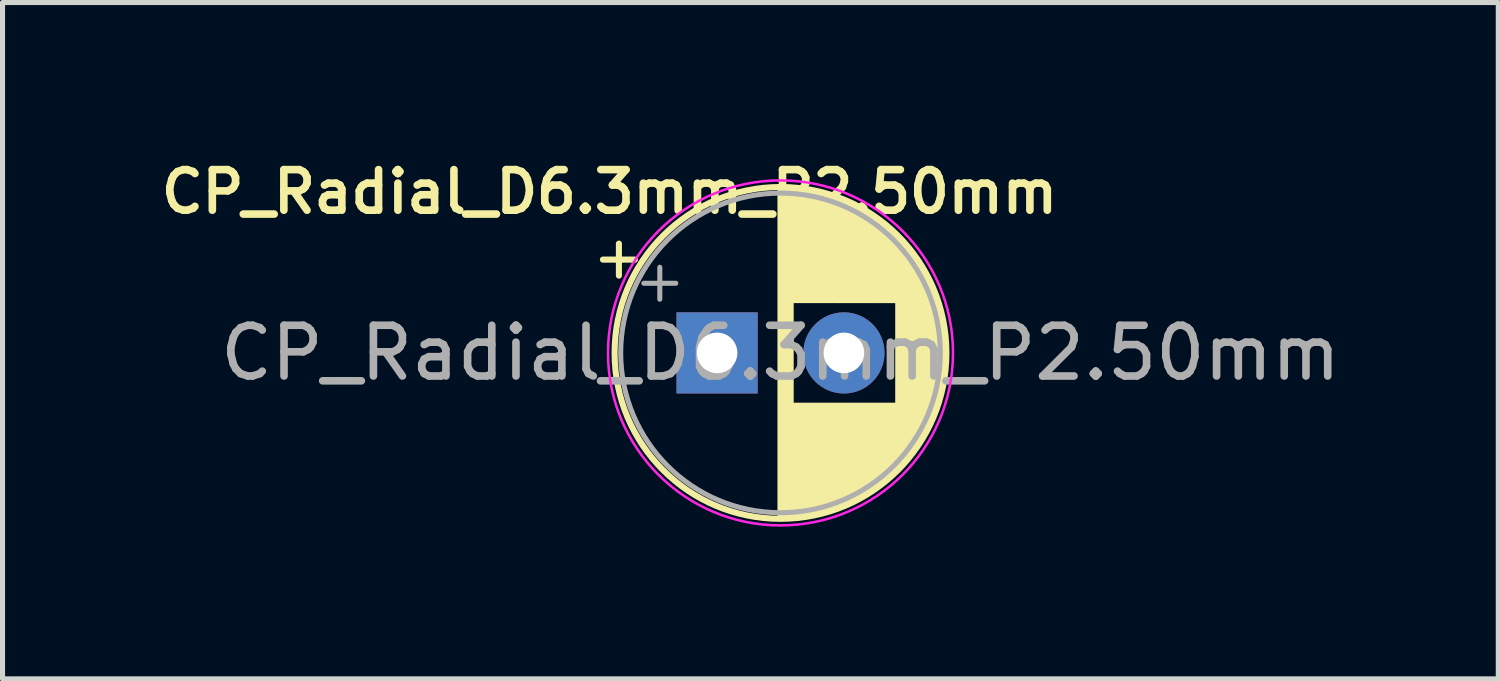
<source format=kicad_pcb>
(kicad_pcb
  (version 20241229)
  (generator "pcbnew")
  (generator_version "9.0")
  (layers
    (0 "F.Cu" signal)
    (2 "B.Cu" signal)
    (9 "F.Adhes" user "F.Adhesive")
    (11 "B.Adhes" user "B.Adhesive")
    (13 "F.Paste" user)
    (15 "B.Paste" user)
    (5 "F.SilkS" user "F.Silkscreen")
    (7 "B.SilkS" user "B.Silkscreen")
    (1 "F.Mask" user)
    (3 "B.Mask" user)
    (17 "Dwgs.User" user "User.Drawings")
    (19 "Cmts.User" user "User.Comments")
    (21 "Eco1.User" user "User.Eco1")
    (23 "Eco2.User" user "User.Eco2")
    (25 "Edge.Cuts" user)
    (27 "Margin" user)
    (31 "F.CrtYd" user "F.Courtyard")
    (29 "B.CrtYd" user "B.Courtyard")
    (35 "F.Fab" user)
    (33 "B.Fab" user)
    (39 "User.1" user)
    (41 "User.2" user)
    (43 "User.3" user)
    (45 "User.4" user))
  (footprint "CP_Radial_D6.3mm_P2.50mm"
    (layer "F.Cu")
    (at 11.084 3.906)
    (property "Reference" "CP_Radial_D6.3mm_P2.50mm" (at -2.12 -3.175 0) (layer "F.SilkS") (effects (font (size 0.8 0.8) (thickness 0.15))))
    (attr through_hole)
    (fp_line (start -2.25 -1.839) (end -1.62 -1.839) (stroke (width 0.12) (type solid)) (layer "F.SilkS"))
    (fp_line (start -1.935 -2.154) (end -1.935 -1.524) (stroke (width 0.12) (type solid)) (layer "F.SilkS"))
    (fp_line (start 1.25 -3.23) (end 1.25 3.23) (stroke (width 0.12) (type solid)) (layer "F.SilkS"))
    (fp_line (start 1.29 -3.23) (end 1.29 3.23) (stroke (width 0.12) (type solid)) (layer "F.SilkS"))
    (fp_line (start 1.33 -3.23) (end 1.33 3.23) (stroke (width 0.12) (type solid)) (layer "F.SilkS"))
    (fp_line (start 1.37 -3.228) (end 1.37 3.228) (stroke (width 0.12) (type solid)) (layer "F.SilkS"))
    (fp_line (start 1.41 -3.227) (end 1.41 3.227) (stroke (width 0.12) (type solid)) (layer "F.SilkS"))
    (fp_line (start 1.45 -3.224) (end 1.45 3.224) (stroke (width 0.12) (type solid)) (layer "F.SilkS"))
    (fp_line (start 1.49 -3.222) (end 1.49 -1.04) (stroke (width 0.12) (type solid)) (layer "F.SilkS"))
    (fp_line (start 1.49 1.04) (end 1.49 3.222) (stroke (width 0.12) (type solid)) (layer "F.SilkS"))
    (fp_line (start 1.53 -3.218) (end 1.53 -1.04) (stroke (width 0.12) (type solid)) (layer "F.SilkS"))
    (fp_line (start 1.53 1.04) (end 1.53 3.218) (stroke (width 0.12) (type solid)) (layer "F.SilkS"))
    (fp_line (start 1.57 -3.215) (end 1.57 -1.04) (stroke (width 0.12) (type solid)) (layer "F.SilkS"))
    (fp_line (start 1.57 1.04) (end 1.57 3.215) (stroke (width 0.12) (type solid)) (layer "F.SilkS"))
    (fp_line (start 1.61 -3.211) (end 1.61 -1.04) (stroke (width 0.12) (type solid)) (layer "F.SilkS"))
    (fp_line (start 1.61 1.04) (end 1.61 3.211) (stroke (width 0.12) (type solid)) (layer "F.SilkS"))
    (fp_line (start 1.65 -3.206) (end 1.65 -1.04) (stroke (width 0.12) (type solid)) (layer "F.SilkS"))
    (fp_line (start 1.65 1.04) (end 1.65 3.206) (stroke (width 0.12) (type solid)) (layer "F.SilkS"))
    (fp_line (start 1.69 -3.201) (end 1.69 -1.04) (stroke (width 0.12) (type solid)) (layer "F.SilkS"))
    (fp_line (start 1.69 1.04) (end 1.69 3.201) (stroke (width 0.12) (type solid)) (layer "F.SilkS"))
    (fp_line (start 1.73 -3.195) (end 1.73 -1.04) (stroke (width 0.12) (type solid)) (layer "F.SilkS"))
    (fp_line (start 1.73 1.04) (end 1.73 3.195) (stroke (width 0.12) (type solid)) (layer "F.SilkS"))
    (fp_line (start 1.77 -3.189) (end 1.77 -1.04) (stroke (width 0.12) (type solid)) (layer "F.SilkS"))
    (fp_line (start 1.77 1.04) (end 1.77 3.189) (stroke (width 0.12) (type solid)) (layer "F.SilkS"))
    (fp_line (start 1.81 -3.182) (end 1.81 -1.04) (stroke (width 0.12) (type solid)) (layer "F.SilkS"))
    (fp_line (start 1.81 1.04) (end 1.81 3.182) (stroke (width 0.12) (type solid)) (layer "F.SilkS"))
    (fp_line (start 1.85 -3.175) (end 1.85 -1.04) (stroke (width 0.12) (type solid)) (layer "F.SilkS"))
    (fp_line (start 1.85 1.04) (end 1.85 3.175) (stroke (width 0.12) (type solid)) (layer "F.SilkS"))
    (fp_line (start 1.89 -3.167) (end 1.89 -1.04) (stroke (width 0.12) (type solid)) (layer "F.SilkS"))
    (fp_line (start 1.89 1.04) (end 1.89 3.167) (stroke (width 0.12) (type solid)) (layer "F.SilkS"))
    (fp_line (start 1.93 -3.159) (end 1.93 -1.04) (stroke (width 0.12) (type solid)) (layer "F.SilkS"))
    (fp_line (start 1.93 1.04) (end 1.93 3.159) (stroke (width 0.12) (type solid)) (layer "F.SilkS"))
    (fp_line (start 1.971 -3.15) (end 1.971 -1.04) (stroke (width 0.12) (type solid)) (layer "F.SilkS"))
    (fp_line (start 1.971 1.04) (end 1.971 3.15) (stroke (width 0.12) (type solid)) (layer "F.SilkS"))
    (fp_line (start 2.011 -3.141) (end 2.011 -1.04) (stroke (width 0.12) (type solid)) (layer "F.SilkS"))
    (fp_line (start 2.011 1.04) (end 2.011 3.141) (stroke (width 0.12) (type solid)) (layer "F.SilkS"))
    (fp_line (start 2.051 -3.131) (end 2.051 -1.04) (stroke (width 0.12) (type solid)) (layer "F.SilkS"))
    (fp_line (start 2.051 1.04) (end 2.051 3.131) (stroke (width 0.12) (type solid)) (layer "F.SilkS"))
    (fp_line (start 2.091 -3.121) (end 2.091 -1.04) (stroke (width 0.12) (type solid)) (layer "F.SilkS"))
    (fp_line (start 2.091 1.04) (end 2.091 3.121) (stroke (width 0.12) (type solid)) (layer "F.SilkS"))
    (fp_line (start 2.131 -3.11) (end 2.131 -1.04) (stroke (width 0.12) (type solid)) (layer "F.SilkS"))
    (fp_line (start 2.131 1.04) (end 2.131 3.11) (stroke (width 0.12) (type solid)) (layer "F.SilkS"))
    (fp_line (start 2.171 -3.098) (end 2.171 -1.04) (stroke (width 0.12) (type solid)) (layer "F.SilkS"))
    (fp_line (start 2.171 1.04) (end 2.171 3.098) (stroke (width 0.12) (type solid)) (layer "F.SilkS"))
    (fp_line (start 2.211 -3.086) (end 2.211 -1.04) (stroke (width 0.12) (type solid)) (layer "F.SilkS"))
    (fp_line (start 2.211 1.04) (end 2.211 3.086) (stroke (width 0.12) (type solid)) (layer "F.SilkS"))
    (fp_line (start 2.251 -3.074) (end 2.251 -1.04) (stroke (width 0.12) (type solid)) (layer "F.SilkS"))
    (fp_line (start 2.251 1.04) (end 2.251 3.074) (stroke (width 0.12) (type solid)) (layer "F.SilkS"))
    (fp_line (start 2.291 -3.061) (end 2.291 -1.04) (stroke (width 0.12) (type solid)) (layer "F.SilkS"))
    (fp_line (start 2.291 1.04) (end 2.291 3.061) (stroke (width 0.12) (type solid)) (layer "F.SilkS"))
    (fp_line (start 2.331 -3.047) (end 2.331 -1.04) (stroke (width 0.12) (type solid)) (layer "F.SilkS"))
    (fp_line (start 2.331 1.04) (end 2.331 3.047) (stroke (width 0.12) (type solid)) (layer "F.SilkS"))
    (fp_line (start 2.371 -3.033) (end 2.371 -1.04) (stroke (width 0.12) (type solid)) (layer "F.SilkS"))
    (fp_line (start 2.371 1.04) (end 2.371 3.033) (stroke (width 0.12) (type solid)) (layer "F.SilkS"))
    (fp_line (start 2.411 -3.018) (end 2.411 -1.04) (stroke (width 0.12) (type solid)) (layer "F.SilkS"))
    (fp_line (start 2.411 1.04) (end 2.411 3.018) (stroke (width 0.12) (type solid)) (layer "F.SilkS"))
    (fp_line (start 2.451 -3.002) (end 2.451 -1.04) (stroke (width 0.12) (type solid)) (layer "F.SilkS"))
    (fp_line (start 2.451 1.04) (end 2.451 3.002) (stroke (width 0.12) (type solid)) (layer "F.SilkS"))
    (fp_line (start 2.491 -2.986) (end 2.491 -1.04) (stroke (width 0.12) (type solid)) (layer "F.SilkS"))
    (fp_line (start 2.491 1.04) (end 2.491 2.986) (stroke (width 0.12) (type solid)) (layer "F.SilkS"))
    (fp_line (start 2.531 -2.97) (end 2.531 -1.04) (stroke (width 0.12) (type solid)) (layer "F.SilkS"))
    (fp_line (start 2.531 1.04) (end 2.531 2.97) (stroke (width 0.12) (type solid)) (layer "F.SilkS"))
    (fp_line (start 2.571 -2.952) (end 2.571 -1.04) (stroke (width 0.12) (type solid)) (layer "F.SilkS"))
    (fp_line (start 2.571 1.04) (end 2.571 2.952) (stroke (width 0.12) (type solid)) (layer "F.SilkS"))
    (fp_line (start 2.611 -2.934) (end 2.611 -1.04) (stroke (width 0.12) (type solid)) (layer "F.SilkS"))
    (fp_line (start 2.611 1.04) (end 2.611 2.934) (stroke (width 0.12) (type solid)) (layer "F.SilkS"))
    (fp_line (start 2.651 -2.916) (end 2.651 -1.04) (stroke (width 0.12) (type solid)) (layer "F.SilkS"))
    (fp_line (start 2.651 1.04) (end 2.651 2.916) (stroke (width 0.12) (type solid)) (layer "F.SilkS"))
    (fp_line (start 2.691 -2.896) (end 2.691 -1.04) (stroke (width 0.12) (type solid)) (layer "F.SilkS"))
    (fp_line (start 2.691 1.04) (end 2.691 2.896) (stroke (width 0.12) (type solid)) (layer "F.SilkS"))
    (fp_line (start 2.731 -2.876) (end 2.731 -1.04) (stroke (width 0.12) (type solid)) (layer "F.SilkS"))
    (fp_line (start 2.731 1.04) (end 2.731 2.876) (stroke (width 0.12) (type solid)) (layer "F.SilkS"))
    (fp_line (start 2.771 -2.856) (end 2.771 -1.04) (stroke (width 0.12) (type solid)) (layer "F.SilkS"))
    (fp_line (start 2.771 1.04) (end 2.771 2.856) (stroke (width 0.12) (type solid)) (layer "F.SilkS"))
    (fp_line (start 2.811 -2.834) (end 2.811 -1.04) (stroke (width 0.12) (type solid)) (layer "F.SilkS"))
    (fp_line (start 2.811 1.04) (end 2.811 2.834) (stroke (width 0.12) (type solid)) (layer "F.SilkS"))
    (fp_line (start 2.851 -2.812) (end 2.851 -1.04) (stroke (width 0.12) (type solid)) (layer "F.SilkS"))
    (fp_line (start 2.851 1.04) (end 2.851 2.812) (stroke (width 0.12) (type solid)) (layer "F.SilkS"))
    (fp_line (start 2.891 -2.79) (end 2.891 -1.04) (stroke (width 0.12) (type solid)) (layer "F.SilkS"))
    (fp_line (start 2.891 1.04) (end 2.891 2.79) (stroke (width 0.12) (type solid)) (layer "F.SilkS"))
    (fp_line (start 2.931 -2.766) (end 2.931 -1.04) (stroke (width 0.12) (type solid)) (layer "F.SilkS"))
    (fp_line (start 2.931 1.04) (end 2.931 2.766) (stroke (width 0.12) (type solid)) (layer "F.SilkS"))
    (fp_line (start 2.971 -2.742) (end 2.971 -1.04) (stroke (width 0.12) (type solid)) (layer "F.SilkS"))
    (fp_line (start 2.971 1.04) (end 2.971 2.742) (stroke (width 0.12) (type solid)) (layer "F.SilkS"))
    (fp_line (start 3.011 -2.716) (end 3.011 -1.04) (stroke (width 0.12) (type solid)) (layer "F.SilkS"))
    (fp_line (start 3.011 1.04) (end 3.011 2.716) (stroke (width 0.12) (type solid)) (layer "F.SilkS"))
    (fp_line (start 3.051 -2.69) (end 3.051 -1.04) (stroke (width 0.12) (type solid)) (layer "F.SilkS"))
    (fp_line (start 3.051 1.04) (end 3.051 2.69) (stroke (width 0.12) (type solid)) (layer "F.SilkS"))
    (fp_line (start 3.091 -2.664) (end 3.091 -1.04) (stroke (width 0.12) (type solid)) (layer "F.SilkS"))
    (fp_line (start 3.091 1.04) (end 3.091 2.664) (stroke (width 0.12) (type solid)) (layer "F.SilkS"))
    (fp_line (start 3.131 -2.636) (end 3.131 -1.04) (stroke (width 0.12) (type solid)) (layer "F.SilkS"))
    (fp_line (start 3.131 1.04) (end 3.131 2.636) (stroke (width 0.12) (type solid)) (layer "F.SilkS"))
    (fp_line (start 3.171 -2.607) (end 3.171 -1.04) (stroke (width 0.12) (type solid)) (layer "F.SilkS"))
    (fp_line (start 3.171 1.04) (end 3.171 2.607) (stroke (width 0.12) (type solid)) (layer "F.SilkS"))
    (fp_line (start 3.211 -2.578) (end 3.211 -1.04) (stroke (width 0.12) (type solid)) (layer "F.SilkS"))
    (fp_line (start 3.211 1.04) (end 3.211 2.578) (stroke (width 0.12) (type solid)) (layer "F.SilkS"))
    (fp_line (start 3.251 -2.548) (end 3.251 -1.04) (stroke (width 0.12) (type solid)) (layer "F.SilkS"))
    (fp_line (start 3.251 1.04) (end 3.251 2.548) (stroke (width 0.12) (type solid)) (layer "F.SilkS"))
    (fp_line (start 3.291 -2.516) (end 3.291 -1.04) (stroke (width 0.12) (type solid)) (layer "F.SilkS"))
    (fp_line (start 3.291 1.04) (end 3.291 2.516) (stroke (width 0.12) (type solid)) (layer "F.SilkS"))
    (fp_line (start 3.331 -2.484) (end 3.331 -1.04) (stroke (width 0.12) (type solid)) (layer "F.SilkS"))
    (fp_line (start 3.331 1.04) (end 3.331 2.484) (stroke (width 0.12) (type solid)) (layer "F.SilkS"))
    (fp_line (start 3.371 -2.45) (end 3.371 -1.04) (stroke (width 0.12) (type solid)) (layer "F.SilkS"))
    (fp_line (start 3.371 1.04) (end 3.371 2.45) (stroke (width 0.12) (type solid)) (layer "F.SilkS"))
    (fp_line (start 3.411 -2.416) (end 3.411 -1.04) (stroke (width 0.12) (type solid)) (layer "F.SilkS"))
    (fp_line (start 3.411 1.04) (end 3.411 2.416) (stroke (width 0.12) (type solid)) (layer "F.SilkS"))
    (fp_line (start 3.451 -2.38) (end 3.451 -1.04) (stroke (width 0.12) (type solid)) (layer "F.SilkS"))
    (fp_line (start 3.451 1.04) (end 3.451 2.38) (stroke (width 0.12) (type solid)) (layer "F.SilkS"))
    (fp_line (start 3.491 -2.343) (end 3.491 -1.04) (stroke (width 0.12) (type solid)) (layer "F.SilkS"))
    (fp_line (start 3.491 1.04) (end 3.491 2.343) (stroke (width 0.12) (type solid)) (layer "F.SilkS"))
    (fp_line (start 3.531 -2.305) (end 3.531 -1.04) (stroke (width 0.12) (type solid)) (layer "F.SilkS"))
    (fp_line (start 3.531 1.04) (end 3.531 2.305) (stroke (width 0.12) (type solid)) (layer "F.SilkS"))
    (fp_line (start 3.571 -2.265) (end 3.571 2.265) (stroke (width 0.12) (type solid)) (layer "F.SilkS"))
    (fp_line (start 3.611 -2.224) (end 3.611 2.224) (stroke (width 0.12) (type solid)) (layer "F.SilkS"))
    (fp_line (start 3.651 -2.182) (end 3.651 2.182) (stroke (width 0.12) (type solid)) (layer "F.SilkS"))
    (fp_line (start 3.691 -2.137) (end 3.691 2.137) (stroke (width 0.12) (type solid)) (layer "F.SilkS"))
    (fp_line (start 3.731 -2.092) (end 3.731 2.092) (stroke (width 0.12) (type solid)) (layer "F.SilkS"))
    (fp_line (start 3.771 -2.044) (end 3.771 2.044) (stroke (width 0.12) (type solid)) (layer "F.SilkS"))
    (fp_line (start 3.811 -1.995) (end 3.811 1.995) (stroke (width 0.12) (type solid)) (layer "F.SilkS"))
    (fp_line (start 3.851 -1.944) (end 3.851 1.944) (stroke (width 0.12) (type solid)) (layer "F.SilkS"))
    (fp_line (start 3.891 -1.89) (end 3.891 1.89) (stroke (width 0.12) (type solid)) (layer "F.SilkS"))
    (fp_line (start 3.931 -1.834) (end 3.931 1.834) (stroke (width 0.12) (type solid)) (layer "F.SilkS"))
    (fp_line (start 3.971 -1.776) (end 3.971 1.776) (stroke (width 0.12) (type solid)) (layer "F.SilkS"))
    (fp_line (start 4.011 -1.714) (end 4.011 1.714) (stroke (width 0.12) (type solid)) (layer "F.SilkS"))
    (fp_line (start 4.051 -1.65) (end 4.051 1.65) (stroke (width 0.12) (type solid)) (layer "F.SilkS"))
    (fp_line (start 4.091 -1.581) (end 4.091 1.581) (stroke (width 0.12) (type solid)) (layer "F.SilkS"))
    (fp_line (start 4.131 -1.509) (end 4.131 1.509) (stroke (width 0.12) (type solid)) (layer "F.SilkS"))
    (fp_line (start 4.171 -1.432) (end 4.171 1.432) (stroke (width 0.12) (type solid)) (layer "F.SilkS"))
    (fp_line (start 4.211 -1.35) (end 4.211 1.35) (stroke (width 0.12) (type solid)) (layer "F.SilkS"))
    (fp_line (start 4.251 -1.262) (end 4.251 1.262) (stroke (width 0.12) (type solid)) (layer "F.SilkS"))
    (fp_line (start 4.291 -1.165) (end 4.291 1.165) (stroke (width 0.12) (type solid)) (layer "F.SilkS"))
    (fp_line (start 4.331 -1.059) (end 4.331 1.059) (stroke (width 0.12) (type solid)) (layer "F.SilkS"))
    (fp_line (start 4.371 -0.94) (end 4.371 0.94) (stroke (width 0.12) (type solid)) (layer "F.SilkS"))
    (fp_line (start 4.411 -0.802) (end 4.411 0.802) (stroke (width 0.12) (type solid)) (layer "F.SilkS"))
    (fp_line (start 4.451 -0.633) (end 4.451 0.633) (stroke (width 0.12) (type solid)) (layer "F.SilkS"))
    (fp_line (start 4.491 -0.402) (end 4.491 0.402) (stroke (width 0.12) (type solid)) (layer "F.SilkS"))
    (fp_circle (center 1.25 0) (end 4.52 0) (stroke (width 0.12) (type solid)) (fill no) (layer "F.SilkS"))
    (fp_circle (center 1.25 0) (end 4.65 0) (stroke (width 0.05) (type solid)) (fill no) (layer "F.CrtYd"))
    (fp_line (start -1.444 -1.373) (end -0.814 -1.373) (stroke (width 0.1) (type solid)) (layer "F.Fab"))
    (fp_line (start -1.129 -1.688) (end -1.129 -1.058) (stroke (width 0.1) (type solid)) (layer "F.Fab"))
    (fp_circle (center 1.25 0) (end 4.4 0) (stroke (width 0.1) (type solid)) (fill no) (layer "F.Fab"))
    (fp_text user "${REFERENCE}" (at 1.25 0 0) (layer "F.Fab") (effects (font (size 1 1) (thickness 0.15))))
    (pad "1" thru_hole rect (at 0 0) (size 1.6 1.6) (drill 0.8) (layers "*.Cu" "*.Mask"))
    (pad "2" thru_hole circle (at 2.5 0) (size 1.6 1.6) (drill 0.8) (layers "*.Cu" "*.Mask")))
  (gr_rect
    (start -3 -3)
    (end 26.482 10.331)
    (stroke (width 0.1) (type default))
    (fill no)
    (layer "Edge.Cuts")))
</source>
